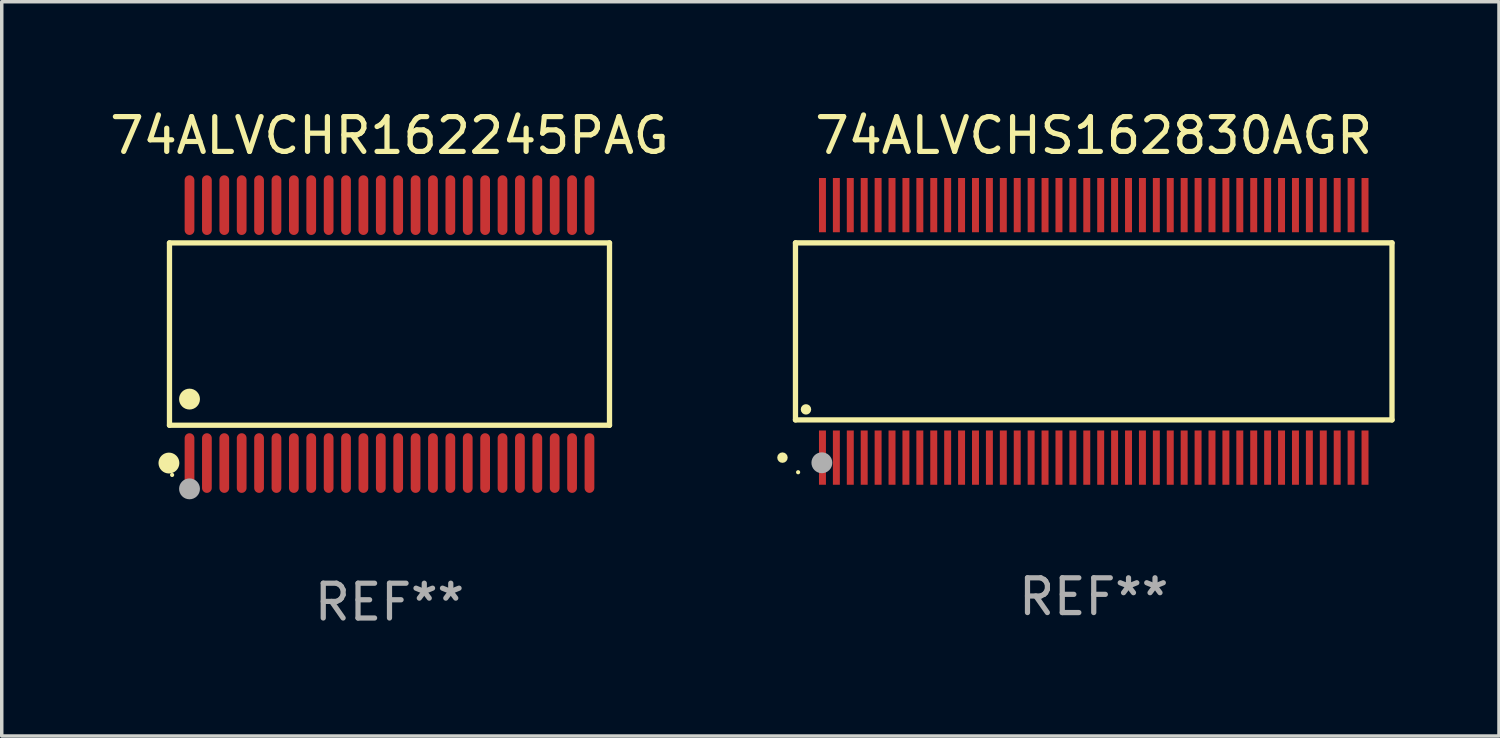
<source format=kicad_pcb>
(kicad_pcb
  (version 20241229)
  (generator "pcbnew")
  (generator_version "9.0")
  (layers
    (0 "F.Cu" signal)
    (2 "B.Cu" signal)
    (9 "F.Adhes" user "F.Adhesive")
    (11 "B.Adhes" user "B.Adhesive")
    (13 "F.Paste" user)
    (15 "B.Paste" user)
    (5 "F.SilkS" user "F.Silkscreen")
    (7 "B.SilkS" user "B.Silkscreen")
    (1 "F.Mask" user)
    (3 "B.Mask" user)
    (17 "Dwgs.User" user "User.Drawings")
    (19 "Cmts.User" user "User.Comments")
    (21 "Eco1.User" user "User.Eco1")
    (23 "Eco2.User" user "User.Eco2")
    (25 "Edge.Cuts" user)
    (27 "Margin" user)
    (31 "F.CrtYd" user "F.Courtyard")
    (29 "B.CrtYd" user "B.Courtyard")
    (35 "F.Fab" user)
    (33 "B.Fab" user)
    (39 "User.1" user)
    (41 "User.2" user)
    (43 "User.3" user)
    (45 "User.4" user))
  (footprint "74ALVCHR162245PAG"
    (layer "F.Cu")
    (at 8.149 6.556)
    (property "Reference" "74ALVCHR162245PAG" (at 0 -5.708 0) (layer "F.SilkS") (effects (font (size 1 1) (thickness 0.15))))
    (attr through_hole)
    (fp_line (start -6.326 -2.622) (end 6.326 -2.622) (stroke (width 0.152) (type solid)) (layer "F.SilkS"))
    (fp_line (start -6.326 2.621) (end -6.326 -2.622) (stroke (width 0.152) (type solid)) (layer "F.SilkS"))
    (fp_line (start 6.326 -2.622) (end 6.326 2.621) (stroke (width 0.152) (type solid)) (layer "F.SilkS"))
    (fp_line (start 6.326 2.621) (end -6.326 2.621) (stroke (width 0.152) (type solid)) (layer "F.SilkS"))
    (fp_circle (center -6.342 3.708) (end -6.192 3.708) (stroke (width 0.3) (type solid)) (fill no) (layer "F.SilkS"))
    (fp_circle (center -6.25 4.05) (end -6.22 4.05) (stroke (width 0.06) (type solid)) (fill no) (layer "F.SilkS"))
    (fp_circle (center -5.75 1.869) (end -5.6 1.869) (stroke (width 0.3) (type solid)) (fill no) (layer "F.SilkS"))
    (fp_circle (center -5.75 4.45) (end -5.6 4.45) (stroke (width 0.3) (type solid)) (fill no) (layer "F.Fab"))
    (fp_text user "REF**" (at 0 7.708 0) (layer "F.Fab") (effects (font (size 1 1) (thickness 0.15))))
    (pad "1" smd oval (at -5.75 3.708) (size 0.28 1.715) (layers "F.Cu" "F.Mask" "F.Paste"))
    (pad "2" smd oval (at -5.25 3.708) (size 0.28 1.715) (layers "F.Cu" "F.Mask" "F.Paste"))
    (pad "3" smd oval (at -4.75 3.708) (size 0.28 1.715) (layers "F.Cu" "F.Mask" "F.Paste"))
    (pad "4" smd oval (at -4.25 3.708) (size 0.28 1.715) (layers "F.Cu" "F.Mask" "F.Paste"))
    (pad "5" smd oval (at -3.75 3.708) (size 0.28 1.715) (layers "F.Cu" "F.Mask" "F.Paste"))
    (pad "6" smd oval (at -3.25 3.708) (size 0.28 1.715) (layers "F.Cu" "F.Mask" "F.Paste"))
    (pad "7" smd oval (at -2.75 3.708) (size 0.28 1.715) (layers "F.Cu" "F.Mask" "F.Paste"))
    (pad "8" smd oval (at -2.25 3.708) (size 0.28 1.715) (layers "F.Cu" "F.Mask" "F.Paste"))
    (pad "9" smd oval (at -1.75 3.708) (size 0.28 1.715) (layers "F.Cu" "F.Mask" "F.Paste"))
    (pad "10" smd oval (at -1.25 3.708) (size 0.28 1.715) (layers "F.Cu" "F.Mask" "F.Paste"))
    (pad "11" smd oval (at -0.75 3.708) (size 0.28 1.715) (layers "F.Cu" "F.Mask" "F.Paste"))
    (pad "12" smd oval (at -0.25 3.708) (size 0.28 1.715) (layers "F.Cu" "F.Mask" "F.Paste"))
    (pad "13" smd oval (at 0.25 3.708) (size 0.28 1.715) (layers "F.Cu" "F.Mask" "F.Paste"))
    (pad "14" smd oval (at 0.75 3.708) (size 0.28 1.715) (layers "F.Cu" "F.Mask" "F.Paste"))
    (pad "15" smd oval (at 1.25 3.708) (size 0.28 1.715) (layers "F.Cu" "F.Mask" "F.Paste"))
    (pad "16" smd oval (at 1.75 3.708) (size 0.28 1.715) (layers "F.Cu" "F.Mask" "F.Paste"))
    (pad "17" smd oval (at 2.25 3.708) (size 0.28 1.715) (layers "F.Cu" "F.Mask" "F.Paste"))
    (pad "18" smd oval (at 2.75 3.708) (size 0.28 1.715) (layers "F.Cu" "F.Mask" "F.Paste"))
    (pad "19" smd oval (at 3.25 3.708) (size 0.28 1.715) (layers "F.Cu" "F.Mask" "F.Paste"))
    (pad "20" smd oval (at 3.75 3.708) (size 0.28 1.715) (layers "F.Cu" "F.Mask" "F.Paste"))
    (pad "21" smd oval (at 4.25 3.708) (size 0.28 1.715) (layers "F.Cu" "F.Mask" "F.Paste"))
    (pad "22" smd oval (at 4.75 3.708) (size 0.28 1.715) (layers "F.Cu" "F.Mask" "F.Paste"))
    (pad "23" smd oval (at 5.25 3.708) (size 0.28 1.715) (layers "F.Cu" "F.Mask" "F.Paste"))
    (pad "24" smd oval (at 5.75 3.708) (size 0.28 1.715) (layers "F.Cu" "F.Mask" "F.Paste"))
    (pad "25" smd oval (at 5.75 -3.708) (size 0.28 1.715) (layers "F.Cu" "F.Mask" "F.Paste"))
    (pad "26" smd oval (at 5.25 -3.708) (size 0.28 1.715) (layers "F.Cu" "F.Mask" "F.Paste"))
    (pad "27" smd oval (at 4.75 -3.708) (size 0.28 1.715) (layers "F.Cu" "F.Mask" "F.Paste"))
    (pad "28" smd oval (at 4.25 -3.708) (size 0.28 1.715) (layers "F.Cu" "F.Mask" "F.Paste"))
    (pad "29" smd oval (at 3.75 -3.708) (size 0.28 1.715) (layers "F.Cu" "F.Mask" "F.Paste"))
    (pad "30" smd oval (at 3.25 -3.708) (size 0.28 1.715) (layers "F.Cu" "F.Mask" "F.Paste"))
    (pad "31" smd oval (at 2.75 -3.708) (size 0.28 1.715) (layers "F.Cu" "F.Mask" "F.Paste"))
    (pad "32" smd oval (at 2.25 -3.708) (size 0.28 1.715) (layers "F.Cu" "F.Mask" "F.Paste"))
    (pad "33" smd oval (at 1.75 -3.708) (size 0.28 1.715) (layers "F.Cu" "F.Mask" "F.Paste"))
    (pad "34" smd oval (at 1.25 -3.708) (size 0.28 1.715) (layers "F.Cu" "F.Mask" "F.Paste"))
    (pad "35" smd oval (at 0.75 -3.708) (size 0.28 1.715) (layers "F.Cu" "F.Mask" "F.Paste"))
    (pad "36" smd oval (at 0.25 -3.708) (size 0.28 1.715) (layers "F.Cu" "F.Mask" "F.Paste"))
    (pad "37" smd oval (at -0.25 -3.708) (size 0.28 1.715) (layers "F.Cu" "F.Mask" "F.Paste"))
    (pad "38" smd oval (at -0.75 -3.708) (size 0.28 1.715) (layers "F.Cu" "F.Mask" "F.Paste"))
    (pad "39" smd oval (at -1.25 -3.708) (size 0.28 1.715) (layers "F.Cu" "F.Mask" "F.Paste"))
    (pad "40" smd oval (at -1.75 -3.708) (size 0.28 1.715) (layers "F.Cu" "F.Mask" "F.Paste"))
    (pad "41" smd oval (at -2.25 -3.708) (size 0.28 1.715) (layers "F.Cu" "F.Mask" "F.Paste"))
    (pad "42" smd oval (at -2.75 -3.708) (size 0.28 1.715) (layers "F.Cu" "F.Mask" "F.Paste"))
    (pad "43" smd oval (at -3.25 -3.708) (size 0.28 1.715) (layers "F.Cu" "F.Mask" "F.Paste"))
    (pad "44" smd oval (at -3.75 -3.708) (size 0.28 1.715) (layers "F.Cu" "F.Mask" "F.Paste"))
    (pad "45" smd oval (at -4.25 -3.708) (size 0.28 1.715) (layers "F.Cu" "F.Mask" "F.Paste"))
    (pad "46" smd oval (at -4.75 -3.708) (size 0.28 1.715) (layers "F.Cu" "F.Mask" "F.Paste"))
    (pad "47" smd oval (at -5.25 -3.708) (size 0.28 1.715) (layers "F.Cu" "F.Mask" "F.Paste"))
    (pad "48" smd oval (at -5.75 -3.708) (size 0.28 1.715) (layers "F.Cu" "F.Mask" "F.Paste")))
  (footprint "74ALVCHS162830AGR"
    (layer "F.Cu")
    (at 28.398 6.478)
    (property "Reference" "74ALVCHS162830AGR" (at 0 -5.63 0) (layer "F.SilkS") (effects (font (size 1 1) (thickness 0.15))))
    (attr through_hole)
    (fp_line (start -8.576 -2.545) (end 8.576 -2.545) (stroke (width 0.152) (type solid)) (layer "F.SilkS"))
    (fp_line (start -8.576 2.545) (end -8.576 -2.545) (stroke (width 0.152) (type solid)) (layer "F.SilkS"))
    (fp_line (start 8.576 -2.545) (end 8.576 2.545) (stroke (width 0.152) (type solid)) (layer "F.SilkS"))
    (fp_line (start 8.576 2.545) (end -8.576 2.545) (stroke (width 0.152) (type solid)) (layer "F.SilkS"))
    (fp_circle (center -8.95 3.63) (end -8.875 3.63) (stroke (width 0.15) (type solid)) (fill no) (layer "F.SilkS"))
    (fp_circle (center -8.5 4.05) (end -8.47 4.05) (stroke (width 0.06) (type solid)) (fill no) (layer "F.SilkS"))
    (fp_circle (center -8.274 2.243) (end -8.199 2.243) (stroke (width 0.15) (type solid)) (fill no) (layer "F.SilkS"))
    (fp_circle (center -7.817 3.778) (end -7.667 3.778) (stroke (width 0.3) (type solid)) (fill no) (layer "F.Fab"))
    (fp_text user "REF**" (at 0 7.63 0) (layer "F.Fab") (effects (font (size 1 1) (thickness 0.15))))
    (pad "1" smd rect (at -7.8 3.63) (size 0.2 1.56) (layers "F.Cu" "F.Mask" "F.Paste"))
    (pad "2" smd rect (at -7.4 3.63) (size 0.2 1.56) (layers "F.Cu" "F.Mask" "F.Paste"))
    (pad "3" smd rect (at -7 3.63) (size 0.2 1.56) (layers "F.Cu" "F.Mask" "F.Paste"))
    (pad "4" smd rect (at -6.6 3.63) (size 0.2 1.56) (layers "F.Cu" "F.Mask" "F.Paste"))
    (pad "5" smd rect (at -6.2 3.63) (size 0.2 1.56) (layers "F.Cu" "F.Mask" "F.Paste"))
    (pad "6" smd rect (at -5.8 3.63) (size 0.2 1.56) (layers "F.Cu" "F.Mask" "F.Paste"))
    (pad "7" smd rect (at -5.4 3.63) (size 0.2 1.56) (layers "F.Cu" "F.Mask" "F.Paste"))
    (pad "8" smd rect (at -5 3.63) (size 0.2 1.56) (layers "F.Cu" "F.Mask" "F.Paste"))
    (pad "9" smd rect (at -4.6 3.63) (size 0.2 1.56) (layers "F.Cu" "F.Mask" "F.Paste"))
    (pad "10" smd rect (at -4.2 3.63) (size 0.2 1.56) (layers "F.Cu" "F.Mask" "F.Paste"))
    (pad "11" smd rect (at -3.8 3.63) (size 0.2 1.56) (layers "F.Cu" "F.Mask" "F.Paste"))
    (pad "12" smd rect (at -3.4 3.63) (size 0.2 1.56) (layers "F.Cu" "F.Mask" "F.Paste"))
    (pad "13" smd rect (at -3 3.63) (size 0.2 1.56) (layers "F.Cu" "F.Mask" "F.Paste"))
    (pad "14" smd rect (at -2.6 3.63) (size 0.2 1.56) (layers "F.Cu" "F.Mask" "F.Paste"))
    (pad "15" smd rect (at -2.2 3.63) (size 0.2 1.56) (layers "F.Cu" "F.Mask" "F.Paste"))
    (pad "16" smd rect (at -1.8 3.63) (size 0.2 1.56) (layers "F.Cu" "F.Mask" "F.Paste"))
    (pad "17" smd rect (at -1.4 3.63) (size 0.2 1.56) (layers "F.Cu" "F.Mask" "F.Paste"))
    (pad "18" smd rect (at -1 3.63) (size 0.2 1.56) (layers "F.Cu" "F.Mask" "F.Paste"))
    (pad "19" smd rect (at -0.6 3.63) (size 0.2 1.56) (layers "F.Cu" "F.Mask" "F.Paste"))
    (pad "20" smd rect (at -0.2 3.63) (size 0.2 1.56) (layers "F.Cu" "F.Mask" "F.Paste"))
    (pad "21" smd rect (at 0.2 3.63) (size 0.2 1.56) (layers "F.Cu" "F.Mask" "F.Paste"))
    (pad "22" smd rect (at 0.6 3.63) (size 0.2 1.56) (layers "F.Cu" "F.Mask" "F.Paste"))
    (pad "23" smd rect (at 1 3.63) (size 0.2 1.56) (layers "F.Cu" "F.Mask" "F.Paste"))
    (pad "24" smd rect (at 1.4 3.63) (size 0.2 1.56) (layers "F.Cu" "F.Mask" "F.Paste"))
    (pad "25" smd rect (at 1.8 3.63) (size 0.2 1.56) (layers "F.Cu" "F.Mask" "F.Paste"))
    (pad "26" smd rect (at 2.2 3.63) (size 0.2 1.56) (layers "F.Cu" "F.Mask" "F.Paste"))
    (pad "27" smd rect (at 2.6 3.63) (size 0.2 1.56) (layers "F.Cu" "F.Mask" "F.Paste"))
    (pad "28" smd rect (at 3 3.63) (size 0.2 1.56) (layers "F.Cu" "F.Mask" "F.Paste"))
    (pad "29" smd rect (at 3.4 3.63) (size 0.2 1.56) (layers "F.Cu" "F.Mask" "F.Paste"))
    (pad "30" smd rect (at 3.8 3.63) (size 0.2 1.56) (layers "F.Cu" "F.Mask" "F.Paste"))
    (pad "31" smd rect (at 4.2 3.63) (size 0.2 1.56) (layers "F.Cu" "F.Mask" "F.Paste"))
    (pad "32" smd rect (at 4.6 3.63) (size 0.2 1.56) (layers "F.Cu" "F.Mask" "F.Paste"))
    (pad "33" smd rect (at 5 3.63) (size 0.2 1.56) (layers "F.Cu" "F.Mask" "F.Paste"))
    (pad "34" smd rect (at 5.4 3.63) (size 0.2 1.56) (layers "F.Cu" "F.Mask" "F.Paste"))
    (pad "35" smd rect (at 5.8 3.63) (size 0.2 1.56) (layers "F.Cu" "F.Mask" "F.Paste"))
    (pad "36" smd rect (at 6.2 3.63) (size 0.2 1.56) (layers "F.Cu" "F.Mask" "F.Paste"))
    (pad "37" smd rect (at 6.6 3.63) (size 0.2 1.56) (layers "F.Cu" "F.Mask" "F.Paste"))
    (pad "38" smd rect (at 7 3.63) (size 0.2 1.56) (layers "F.Cu" "F.Mask" "F.Paste"))
    (pad "39" smd rect (at 7.4 3.63) (size 0.2 1.56) (layers "F.Cu" "F.Mask" "F.Paste"))
    (pad "40" smd rect (at 7.8 3.63) (size 0.2 1.56) (layers "F.Cu" "F.Mask" "F.Paste"))
    (pad "41" smd rect (at 7.8 -3.63) (size 0.2 1.56) (layers "F.Cu" "F.Mask" "F.Paste"))
    (pad "42" smd rect (at 7.4 -3.63) (size 0.2 1.56) (layers "F.Cu" "F.Mask" "F.Paste"))
    (pad "43" smd rect (at 7 -3.63) (size 0.2 1.56) (layers "F.Cu" "F.Mask" "F.Paste"))
    (pad "44" smd rect (at 6.6 -3.63) (size 0.2 1.56) (layers "F.Cu" "F.Mask" "F.Paste"))
    (pad "45" smd rect (at 6.2 -3.63) (size 0.2 1.56) (layers "F.Cu" "F.Mask" "F.Paste"))
    (pad "46" smd rect (at 5.8 -3.63) (size 0.2 1.56) (layers "F.Cu" "F.Mask" "F.Paste"))
    (pad "47" smd rect (at 5.4 -3.63) (size 0.2 1.56) (layers "F.Cu" "F.Mask" "F.Paste"))
    (pad "48" smd rect (at 5 -3.63) (size 0.2 1.56) (layers "F.Cu" "F.Mask" "F.Paste"))
    (pad "49" smd rect (at 4.6 -3.63) (size 0.2 1.56) (layers "F.Cu" "F.Mask" "F.Paste"))
    (pad "50" smd rect (at 4.2 -3.63) (size 0.2 1.56) (layers "F.Cu" "F.Mask" "F.Paste"))
    (pad "51" smd rect (at 3.8 -3.63) (size 0.2 1.56) (layers "F.Cu" "F.Mask" "F.Paste"))
    (pad "52" smd rect (at 3.4 -3.63) (size 0.2 1.56) (layers "F.Cu" "F.Mask" "F.Paste"))
    (pad "53" smd rect (at 3 -3.63) (size 0.2 1.56) (layers "F.Cu" "F.Mask" "F.Paste"))
    (pad "54" smd rect (at 2.6 -3.63) (size 0.2 1.56) (layers "F.Cu" "F.Mask" "F.Paste"))
    (pad "55" smd rect (at 2.2 -3.63) (size 0.2 1.56) (layers "F.Cu" "F.Mask" "F.Paste"))
    (pad "56" smd rect (at 1.8 -3.63) (size 0.2 1.56) (layers "F.Cu" "F.Mask" "F.Paste"))
    (pad "57" smd rect (at 1.4 -3.63) (size 0.2 1.56) (layers "F.Cu" "F.Mask" "F.Paste"))
    (pad "58" smd rect (at 1 -3.63) (size 0.2 1.56) (layers "F.Cu" "F.Mask" "F.Paste"))
    (pad "59" smd rect (at 0.6 -3.63) (size 0.2 1.56) (layers "F.Cu" "F.Mask" "F.Paste"))
    (pad "60" smd rect (at 0.2 -3.63) (size 0.2 1.56) (layers "F.Cu" "F.Mask" "F.Paste"))
    (pad "61" smd rect (at -0.2 -3.63) (size 0.2 1.56) (layers "F.Cu" "F.Mask" "F.Paste"))
    (pad "62" smd rect (at -0.6 -3.63) (size 0.2 1.56) (layers "F.Cu" "F.Mask" "F.Paste"))
    (pad "63" smd rect (at -1 -3.63) (size 0.2 1.56) (layers "F.Cu" "F.Mask" "F.Paste"))
    (pad "64" smd rect (at -1.4 -3.63) (size 0.2 1.56) (layers "F.Cu" "F.Mask" "F.Paste"))
    (pad "65" smd rect (at -1.8 -3.63) (size 0.2 1.56) (layers "F.Cu" "F.Mask" "F.Paste"))
    (pad "66" smd rect (at -2.2 -3.63) (size 0.2 1.56) (layers "F.Cu" "F.Mask" "F.Paste"))
    (pad "67" smd rect (at -2.6 -3.63) (size 0.2 1.56) (layers "F.Cu" "F.Mask" "F.Paste"))
    (pad "68" smd rect (at -3 -3.63) (size 0.2 1.56) (layers "F.Cu" "F.Mask" "F.Paste"))
    (pad "69" smd rect (at -3.4 -3.63) (size 0.2 1.56) (layers "F.Cu" "F.Mask" "F.Paste"))
    (pad "70" smd rect (at -3.8 -3.63) (size 0.2 1.56) (layers "F.Cu" "F.Mask" "F.Paste"))
    (pad "71" smd rect (at -4.2 -3.63) (size 0.2 1.56) (layers "F.Cu" "F.Mask" "F.Paste"))
    (pad "72" smd rect (at -4.6 -3.63) (size 0.2 1.56) (layers "F.Cu" "F.Mask" "F.Paste"))
    (pad "73" smd rect (at -5 -3.63) (size 0.2 1.56) (layers "F.Cu" "F.Mask" "F.Paste"))
    (pad "74" smd rect (at -5.4 -3.63) (size 0.2 1.56) (layers "F.Cu" "F.Mask" "F.Paste"))
    (pad "75" smd rect (at -5.8 -3.63) (size 0.2 1.56) (layers "F.Cu" "F.Mask" "F.Paste"))
    (pad "76" smd rect (at -6.2 -3.63) (size 0.2 1.56) (layers "F.Cu" "F.Mask" "F.Paste"))
    (pad "77" smd rect (at -6.6 -3.63) (size 0.2 1.56) (layers "F.Cu" "F.Mask" "F.Paste"))
    (pad "78" smd rect (at -7 -3.63) (size 0.2 1.56) (layers "F.Cu" "F.Mask" "F.Paste"))
    (pad "79" smd rect (at -7.4 -3.63) (size 0.2 1.56) (layers "F.Cu" "F.Mask" "F.Paste"))
    (pad "80" smd rect (at -7.8 -3.63) (size 0.2 1.56) (layers "F.Cu" "F.Mask" "F.Paste")))
  (gr_rect
    (start -3 -3)
    (end 40.05 18.112)
    (stroke (width 0.1) (type default))
    (fill no)
    (layer "Edge.Cuts")))
</source>
